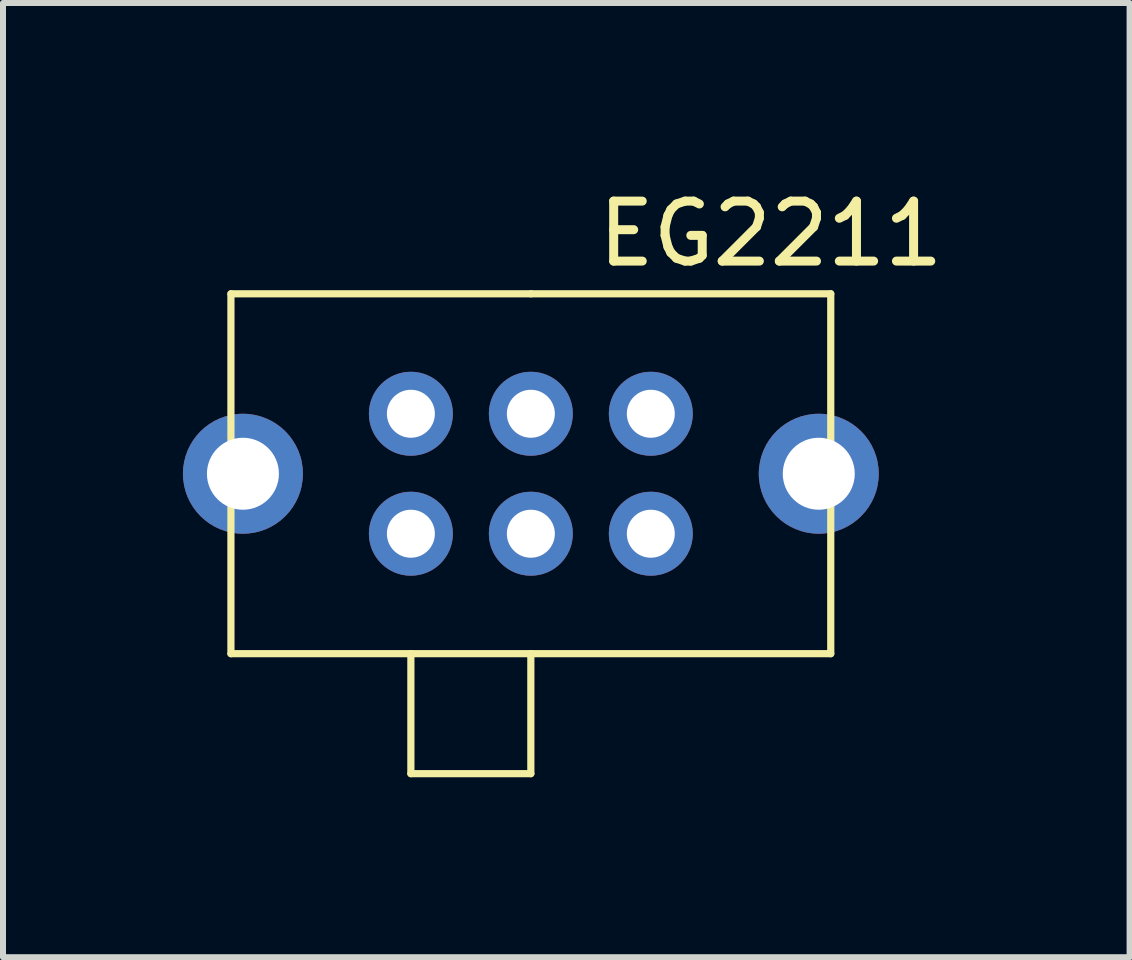
<source format=kicad_pcb>
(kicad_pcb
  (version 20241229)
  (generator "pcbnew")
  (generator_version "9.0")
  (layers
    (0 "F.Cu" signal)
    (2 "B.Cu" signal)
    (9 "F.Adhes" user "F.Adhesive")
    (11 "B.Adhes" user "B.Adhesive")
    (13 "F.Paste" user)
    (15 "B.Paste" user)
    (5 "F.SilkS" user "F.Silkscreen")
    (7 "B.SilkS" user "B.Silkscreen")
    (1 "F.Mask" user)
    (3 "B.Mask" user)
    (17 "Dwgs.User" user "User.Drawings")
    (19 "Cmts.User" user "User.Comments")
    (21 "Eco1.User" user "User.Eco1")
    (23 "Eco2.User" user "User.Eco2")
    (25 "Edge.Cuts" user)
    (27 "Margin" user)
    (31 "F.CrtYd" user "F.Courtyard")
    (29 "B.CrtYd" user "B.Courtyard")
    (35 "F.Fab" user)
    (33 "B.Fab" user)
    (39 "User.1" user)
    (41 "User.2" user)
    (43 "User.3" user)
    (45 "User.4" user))
  (footprint "EG2211"
    (layer "F.Cu")
    (at 5.8 4.848)
    (property "Reference" "EG2211" (at 4 -4 0) (layer "F.SilkS") (effects (font (size 1 1) (thickness 0.15))))
    (attr through_hole)
    (fp_line (start -5 -3) (end -5 3) (stroke (width 0.12) (type solid)) (layer "F.SilkS"))
    (fp_line (start -5 3) (end 5 3) (stroke (width 0.12) (type solid)) (layer "F.SilkS"))
    (fp_line (start -2 3) (end -2 5) (stroke (width 0.12) (type solid)) (layer "F.SilkS"))
    (fp_line (start -2 5) (end 0 5) (stroke (width 0.12) (type solid)) (layer "F.SilkS"))
    (fp_line (start 0 -3) (end -5 -3) (stroke (width 0.12) (type solid)) (layer "F.SilkS"))
    (fp_line (start 0 5) (end 0 3) (stroke (width 0.12) (type solid)) (layer "F.SilkS"))
    (fp_line (start 5 -3) (end 0 -3) (stroke (width 0.12) (type solid)) (layer "F.SilkS"))
    (fp_line (start 5 3) (end 5 -3) (stroke (width 0.12) (type solid)) (layer "F.SilkS"))
    (pad "" thru_hole circle (at -4.8 0) (size 2 2) (drill 1.2) (layers "*.Cu" "*.Mask"))
    (pad "" thru_hole circle (at 4.8 0) (size 2 2) (drill 1.2) (layers "*.Cu" "*.Mask"))
    (pad "1" thru_hole circle (at -2 -1) (size 1.4 1.4) (drill 0.8) (layers "*.Cu" "*.Mask"))
    (pad "1" thru_hole circle (at -2 1) (size 1.4 1.4) (drill 0.8) (layers "*.Cu" "*.Mask"))
    (pad "2" thru_hole circle (at 0 -1) (size 1.4 1.4) (drill 0.8) (layers "*.Cu" "*.Mask"))
    (pad "2" thru_hole circle (at 0 1) (size 1.4 1.4) (drill 0.8) (layers "*.Cu" "*.Mask"))
    (pad "3" thru_hole circle (at 2 -1) (size 1.4 1.4) (drill 0.8) (layers "*.Cu" "*.Mask"))
    (pad "3" thru_hole circle (at 2 1) (size 1.4 1.4) (drill 0.8) (layers "*.Cu" "*.Mask")))
  (gr_rect
    (start -3 -3)
    (end 15.782 12.908)
    (stroke (width 0.1) (type default))
    (fill no)
    (layer "Edge.Cuts")))
</source>
